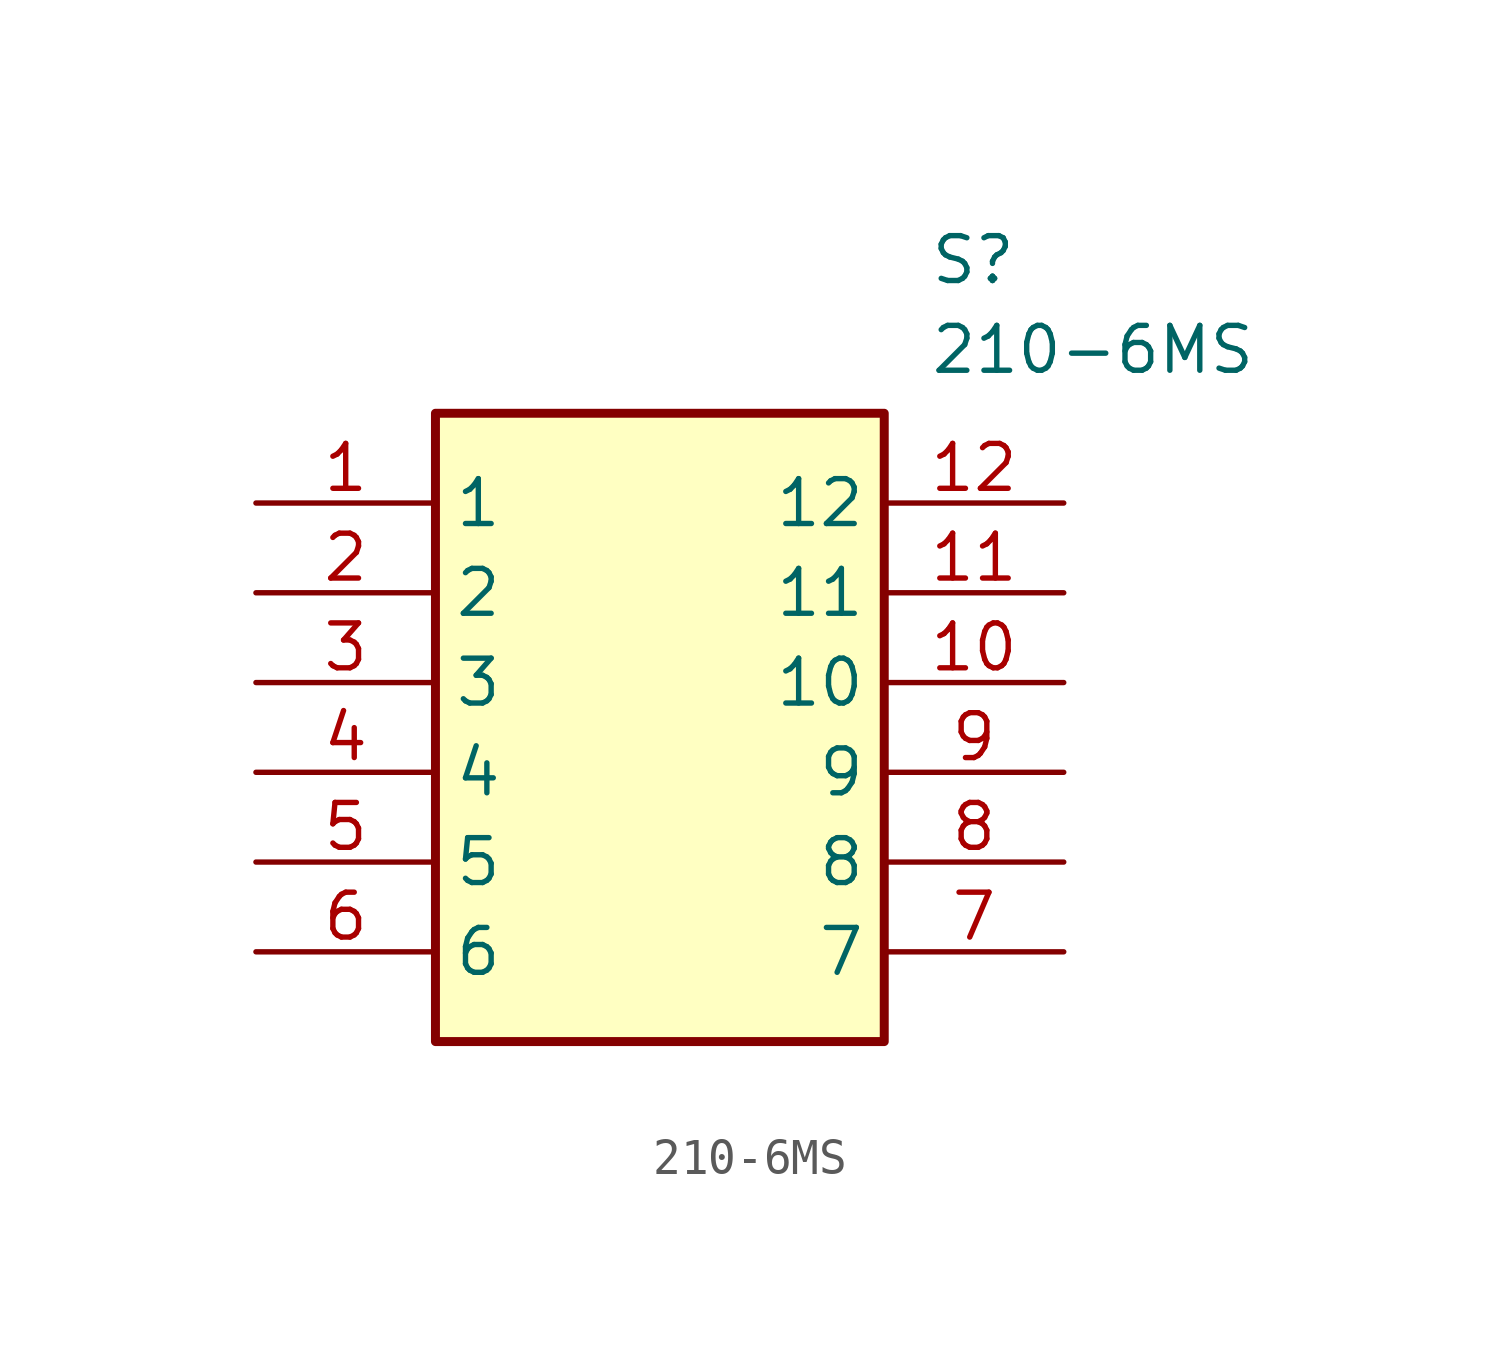
<source format=kicad_sym>
(kicad_symbol_lib
  (version 20211014)
  (generator SamacSys_ECAD_Model)
  (symbol "210-6MS"
    (property "Reference" "S"
      (at 19.05 7.62 0)
      (effects (font (size 1.27 1.27)) (justify left top)))
    (property "Value" "210-6MS"
      (at 19.05 5.08 0)
      (effects (font (size 1.27 1.27)) (justify left top)))
    (rectangle
      (start 5.08 2.54)
      (end 17.78 -15.24)
      (stroke (width 0.254) (type default))
      (fill (type background)))
    (pin passive line
      (at 0 0 0)
      (length 5.08)
      (name "1" (effects (font (size 1.27 1.27))))
      (number "1" (effects (font (size 1.27 1.27)))))
    (pin passive line
      (at 0 -2.54 0)
      (length 5.08)
      (name "2" (effects (font (size 1.27 1.27))))
      (number "2" (effects (font (size 1.27 1.27)))))
    (pin passive line
      (at 0 -5.08 0)
      (length 5.08)
      (name "3" (effects (font (size 1.27 1.27))))
      (number "3" (effects (font (size 1.27 1.27)))))
    (pin passive line
      (at 0 -7.62 0)
      (length 5.08)
      (name "4" (effects (font (size 1.27 1.27))))
      (number "4" (effects (font (size 1.27 1.27)))))
    (pin passive line
      (at 0 -10.16 0)
      (length 5.08)
      (name "5" (effects (font (size 1.27 1.27))))
      (number "5" (effects (font (size 1.27 1.27)))))
    (pin passive line
      (at 0 -12.7 0)
      (length 5.08)
      (name "6" (effects (font (size 1.27 1.27))))
      (number "6" (effects (font (size 1.27 1.27)))))
    (pin passive line
      (at 22.86 -12.7 180)
      (length 5.08)
      (name "7" (effects (font (size 1.27 1.27))))
      (number "7" (effects (font (size 1.27 1.27)))))
    (pin passive line
      (at 22.86 -10.16 180)
      (length 5.08)
      (name "8" (effects (font (size 1.27 1.27))))
      (number "8" (effects (font (size 1.27 1.27)))))
    (pin passive line
      (at 22.86 -7.62 180)
      (length 5.08)
      (name "9" (effects (font (size 1.27 1.27))))
      (number "9" (effects (font (size 1.27 1.27)))))
    (pin passive line
      (at 22.86 -5.08 180)
      (length 5.08)
      (name "10" (effects (font (size 1.27 1.27))))
      (number "10" (effects (font (size 1.27 1.27)))))
    (pin passive line
      (at 22.86 -2.54 180)
      (length 5.08)
      (name "11" (effects (font (size 1.27 1.27))))
      (number "11" (effects (font (size 1.27 1.27)))))
    (pin passive line
      (at 22.86 0 180)
      (length 5.08)
      (name "12" (effects (font (size 1.27 1.27))))
      (number "12" (effects (font (size 1.27 1.27)))))))
</source>
